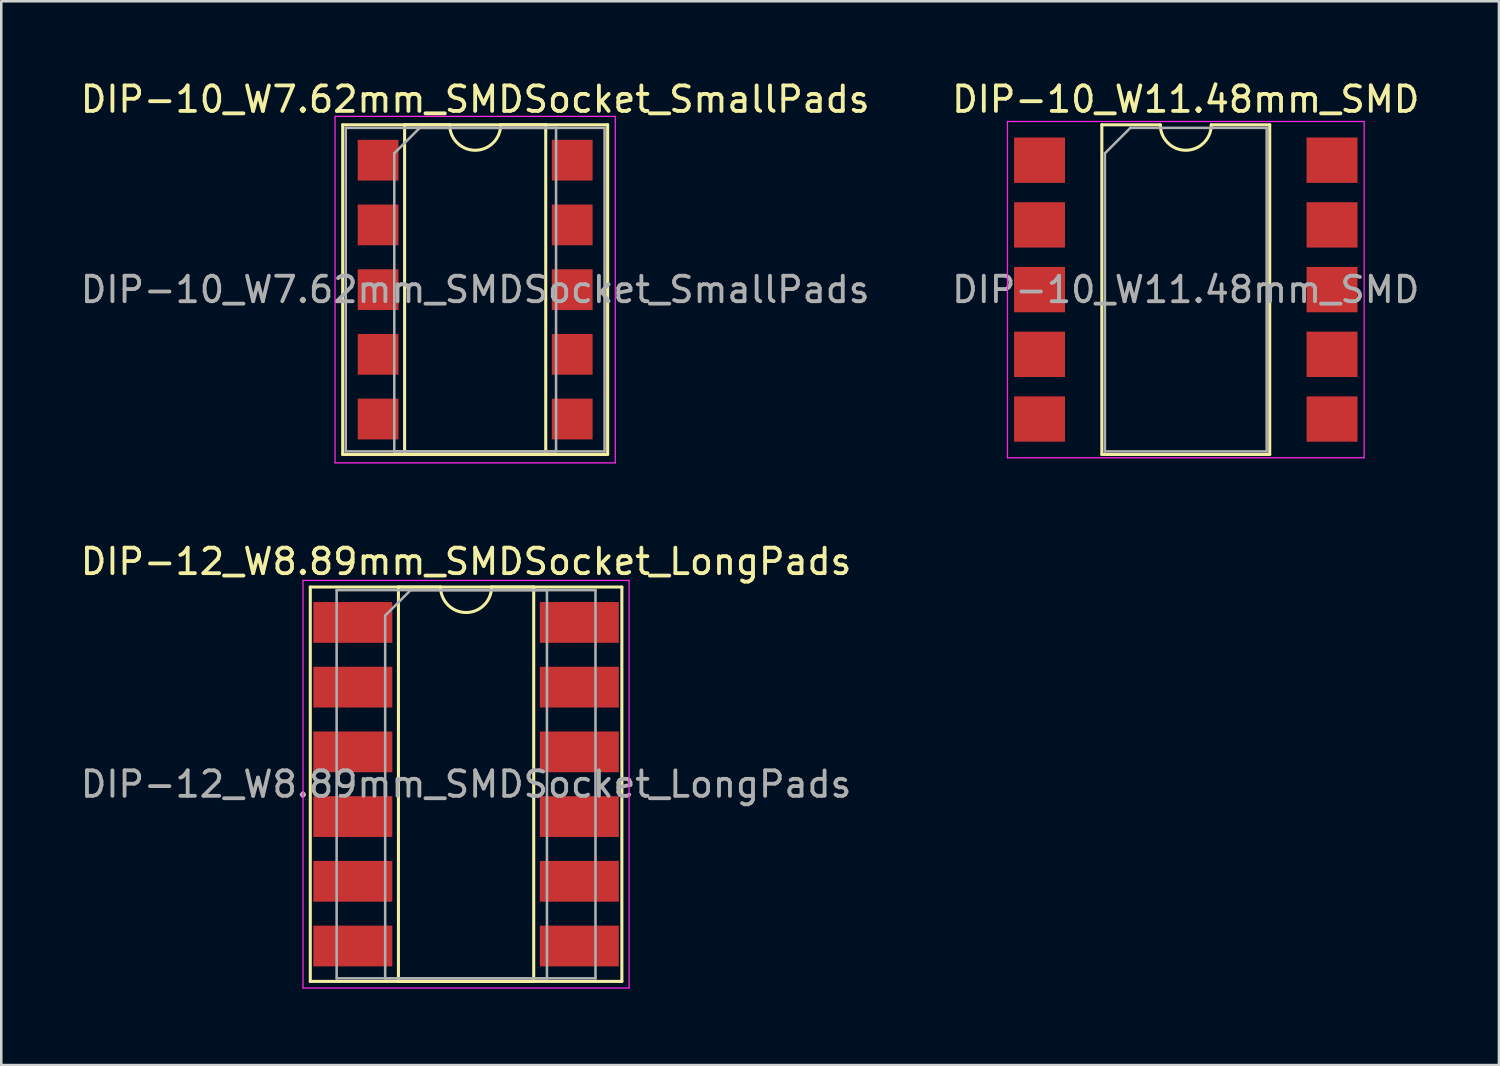
<source format=kicad_pcb>
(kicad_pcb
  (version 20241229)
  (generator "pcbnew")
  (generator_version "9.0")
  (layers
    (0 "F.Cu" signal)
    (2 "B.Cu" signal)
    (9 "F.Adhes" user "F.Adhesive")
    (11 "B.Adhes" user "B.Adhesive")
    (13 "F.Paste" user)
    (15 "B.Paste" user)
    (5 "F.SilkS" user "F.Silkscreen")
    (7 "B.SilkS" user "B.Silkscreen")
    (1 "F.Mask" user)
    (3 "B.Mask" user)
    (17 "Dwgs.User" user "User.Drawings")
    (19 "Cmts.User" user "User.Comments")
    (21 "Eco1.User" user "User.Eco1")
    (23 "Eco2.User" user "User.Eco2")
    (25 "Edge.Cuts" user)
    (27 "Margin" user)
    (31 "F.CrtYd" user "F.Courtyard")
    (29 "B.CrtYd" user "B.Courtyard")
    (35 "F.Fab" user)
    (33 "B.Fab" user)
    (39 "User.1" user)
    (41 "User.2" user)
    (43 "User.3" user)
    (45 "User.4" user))
  (footprint "DIP-10_W7.62mm_SMDSocket_SmallPads"
    (layer "F.Cu")
    (at 15.601 8.318)
    (property "Reference" "DIP-10_W7.62mm_SMDSocket_SmallPads" (at 0 -7.47 0) (layer "F.SilkS") (effects (font (size 1 1) (thickness 0.15))))
    (attr smd)
    (fp_line (start -5.2 -6.47) (end -5.2 6.47) (stroke (width 0.12) (type solid)) (layer "F.SilkS"))
    (fp_line (start -5.2 6.47) (end 5.2 6.47) (stroke (width 0.12) (type solid)) (layer "F.SilkS"))
    (fp_line (start -2.77 -6.47) (end -2.77 6.47) (stroke (width 0.12) (type solid)) (layer "F.SilkS"))
    (fp_line (start -2.77 6.47) (end 2.77 6.47) (stroke (width 0.12) (type solid)) (layer "F.SilkS"))
    (fp_line (start -1 -6.47) (end -2.77 -6.47) (stroke (width 0.12) (type solid)) (layer "F.SilkS"))
    (fp_line (start 2.77 -6.47) (end 1 -6.47) (stroke (width 0.12) (type solid)) (layer "F.SilkS"))
    (fp_line (start 2.77 6.47) (end 2.77 -6.47) (stroke (width 0.12) (type solid)) (layer "F.SilkS"))
    (fp_line (start 5.2 -6.47) (end -5.2 -6.47) (stroke (width 0.12) (type solid)) (layer "F.SilkS"))
    (fp_line (start 5.2 6.47) (end 5.2 -6.47) (stroke (width 0.12) (type solid)) (layer "F.SilkS"))
    (fp_arc (start 1 -6.47) (mid 0 -5.47) (end -1 -6.47) (stroke (width 0.12) (type solid)) (layer "F.SilkS"))
    (fp_line (start -5.5 -6.8) (end -5.5 6.8) (stroke (width 0.05) (type solid)) (layer "F.CrtYd"))
    (fp_line (start -5.5 6.8) (end 5.5 6.8) (stroke (width 0.05) (type solid)) (layer "F.CrtYd"))
    (fp_line (start 5.5 -6.8) (end -5.5 -6.8) (stroke (width 0.05) (type solid)) (layer "F.CrtYd"))
    (fp_line (start 5.5 6.8) (end 5.5 -6.8) (stroke (width 0.05) (type solid)) (layer "F.CrtYd"))
    (fp_line (start -5.08 -6.35) (end -5.08 6.35) (stroke (width 0.1) (type solid)) (layer "F.Fab"))
    (fp_line (start -5.08 6.35) (end 5.08 6.35) (stroke (width 0.1) (type solid)) (layer "F.Fab"))
    (fp_line (start -3.175 -5.35) (end -2.175 -6.35) (stroke (width 0.1) (type solid)) (layer "F.Fab"))
    (fp_line (start -3.175 6.35) (end -3.175 -5.35) (stroke (width 0.1) (type solid)) (layer "F.Fab"))
    (fp_line (start -2.175 -6.35) (end 3.175 -6.35) (stroke (width 0.1) (type solid)) (layer "F.Fab"))
    (fp_line (start 3.175 -6.35) (end 3.175 6.35) (stroke (width 0.1) (type solid)) (layer "F.Fab"))
    (fp_line (start 3.175 6.35) (end -3.175 6.35) (stroke (width 0.1) (type solid)) (layer "F.Fab"))
    (fp_line (start 5.08 -6.35) (end -5.08 -6.35) (stroke (width 0.1) (type solid)) (layer "F.Fab"))
    (fp_line (start 5.08 6.35) (end 5.08 -6.35) (stroke (width 0.1) (type solid)) (layer "F.Fab"))
    (fp_text user "${REFERENCE}" (at 0 0 0) (layer "F.Fab") (effects (font (size 1 1) (thickness 0.15))))
    (pad "1" smd rect (at -3.81 -5.08) (size 1.6 1.6) (layers "F.Cu" "F.Mask" "F.Paste"))
    (pad "2" smd rect (at -3.81 -2.54) (size 1.6 1.6) (layers "F.Cu" "F.Mask" "F.Paste"))
    (pad "3" smd rect (at -3.81 0) (size 1.6 1.6) (layers "F.Cu" "F.Mask" "F.Paste"))
    (pad "4" smd rect (at -3.81 2.54) (size 1.6 1.6) (layers "F.Cu" "F.Mask" "F.Paste"))
    (pad "5" smd rect (at -3.81 5.08) (size 1.6 1.6) (layers "F.Cu" "F.Mask" "F.Paste"))
    (pad "6" smd rect (at 3.81 5.08) (size 1.6 1.6) (layers "F.Cu" "F.Mask" "F.Paste"))
    (pad "7" smd rect (at 3.81 2.54) (size 1.6 1.6) (layers "F.Cu" "F.Mask" "F.Paste"))
    (pad "8" smd rect (at 3.81 0) (size 1.6 1.6) (layers "F.Cu" "F.Mask" "F.Paste"))
    (pad "9" smd rect (at 3.81 -2.54) (size 1.6 1.6) (layers "F.Cu" "F.Mask" "F.Paste"))
    (pad "10" smd rect (at 3.81 -5.08) (size 1.6 1.6) (layers "F.Cu" "F.Mask" "F.Paste")))
  (footprint "DIP-12_W8.89mm_SMDSocket_LongPads"
    (layer "F.Cu")
    (at 15.244 27.732)
    (property "Reference" "DIP-12_W8.89mm_SMDSocket_LongPads" (at 0 -8.74 0) (layer "F.SilkS") (effects (font (size 1 1) (thickness 0.15))))
    (attr smd)
    (fp_line (start -6.115 -7.74) (end -6.115 7.74) (stroke (width 0.12) (type solid)) (layer "F.SilkS"))
    (fp_line (start -6.115 7.74) (end 6.115 7.74) (stroke (width 0.12) (type solid)) (layer "F.SilkS"))
    (fp_line (start -2.655 -7.74) (end -2.655 7.74) (stroke (width 0.12) (type solid)) (layer "F.SilkS"))
    (fp_line (start -2.655 7.74) (end 2.655 7.74) (stroke (width 0.12) (type solid)) (layer "F.SilkS"))
    (fp_line (start -1 -7.74) (end -2.655 -7.74) (stroke (width 0.12) (type solid)) (layer "F.SilkS"))
    (fp_line (start 2.655 -7.74) (end 1 -7.74) (stroke (width 0.12) (type solid)) (layer "F.SilkS"))
    (fp_line (start 2.655 7.74) (end 2.655 -7.74) (stroke (width 0.12) (type solid)) (layer "F.SilkS"))
    (fp_line (start 6.115 -7.74) (end -6.115 -7.74) (stroke (width 0.12) (type solid)) (layer "F.SilkS"))
    (fp_line (start 6.115 7.74) (end 6.115 -7.74) (stroke (width 0.12) (type solid)) (layer "F.SilkS"))
    (fp_arc (start 1 -7.74) (mid 0 -6.74) (end -1 -7.74) (stroke (width 0.12) (type solid)) (layer "F.SilkS"))
    (fp_line (start -6.4 -8) (end -6.4 8) (stroke (width 0.05) (type solid)) (layer "F.CrtYd"))
    (fp_line (start -6.4 8) (end 6.4 8) (stroke (width 0.05) (type solid)) (layer "F.CrtYd"))
    (fp_line (start 6.4 -8) (end -6.4 -8) (stroke (width 0.05) (type solid)) (layer "F.CrtYd"))
    (fp_line (start 6.4 8) (end 6.4 -8) (stroke (width 0.05) (type solid)) (layer "F.CrtYd"))
    (fp_line (start -5.08 -7.62) (end -5.08 7.62) (stroke (width 0.1) (type solid)) (layer "F.Fab"))
    (fp_line (start -5.08 7.62) (end 5.08 7.62) (stroke (width 0.1) (type solid)) (layer "F.Fab"))
    (fp_line (start -3.175 -6.62) (end -2.175 -7.62) (stroke (width 0.1) (type solid)) (layer "F.Fab"))
    (fp_line (start -3.175 7.62) (end -3.175 -6.62) (stroke (width 0.1) (type solid)) (layer "F.Fab"))
    (fp_line (start -2.175 -7.62) (end 3.175 -7.62) (stroke (width 0.1) (type solid)) (layer "F.Fab"))
    (fp_line (start 3.175 -7.62) (end 3.175 7.62) (stroke (width 0.1) (type solid)) (layer "F.Fab"))
    (fp_line (start 3.175 7.62) (end -3.175 7.62) (stroke (width 0.1) (type solid)) (layer "F.Fab"))
    (fp_line (start 5.08 -7.62) (end -5.08 -7.62) (stroke (width 0.1) (type solid)) (layer "F.Fab"))
    (fp_line (start 5.08 7.62) (end 5.08 -7.62) (stroke (width 0.1) (type solid)) (layer "F.Fab"))
    (fp_text user "${REFERENCE}" (at 0 0 0) (layer "F.Fab") (effects (font (size 1 1) (thickness 0.15))))
    (pad "1" smd rect (at -4.445 -6.35) (size 3.1 1.6) (layers "F.Cu" "F.Mask" "F.Paste"))
    (pad "2" smd rect (at -4.445 -3.81) (size 3.1 1.6) (layers "F.Cu" "F.Mask" "F.Paste"))
    (pad "3" smd rect (at -4.445 -1.27) (size 3.1 1.6) (layers "F.Cu" "F.Mask" "F.Paste"))
    (pad "4" smd rect (at -4.445 1.27) (size 3.1 1.6) (layers "F.Cu" "F.Mask" "F.Paste"))
    (pad "5" smd rect (at -4.445 3.81) (size 3.1 1.6) (layers "F.Cu" "F.Mask" "F.Paste"))
    (pad "6" smd rect (at -4.445 6.35) (size 3.1 1.6) (layers "F.Cu" "F.Mask" "F.Paste"))
    (pad "7" smd rect (at 4.445 6.35) (size 3.1 1.6) (layers "F.Cu" "F.Mask" "F.Paste"))
    (pad "8" smd rect (at 4.445 3.81) (size 3.1 1.6) (layers "F.Cu" "F.Mask" "F.Paste"))
    (pad "9" smd rect (at 4.445 1.27) (size 3.1 1.6) (layers "F.Cu" "F.Mask" "F.Paste"))
    (pad "10" smd rect (at 4.445 -1.27) (size 3.1 1.6) (layers "F.Cu" "F.Mask" "F.Paste"))
    (pad "11" smd rect (at 4.445 -3.81) (size 3.1 1.6) (layers "F.Cu" "F.Mask" "F.Paste"))
    (pad "12" smd rect (at 4.445 -6.35) (size 3.1 1.6) (layers "F.Cu" "F.Mask" "F.Paste")))
  (footprint "DIP-10_W11.48mm_SMD"
    (layer "F.Cu")
    (at 43.494 8.318)
    (property "Reference" "DIP-10_W11.48mm_SMD" (at 0 -7.47 0) (layer "F.SilkS") (effects (font (size 1 1) (thickness 0.15))))
    (attr smd)
    (fp_line (start -3.295 -6.47) (end -3.295 6.47) (stroke (width 0.12) (type solid)) (layer "F.SilkS"))
    (fp_line (start -3.295 6.47) (end 3.295 6.47) (stroke (width 0.12) (type solid)) (layer "F.SilkS"))
    (fp_line (start -1 -6.47) (end -3.295 -6.47) (stroke (width 0.12) (type solid)) (layer "F.SilkS"))
    (fp_line (start 3.295 -6.47) (end 1 -6.47) (stroke (width 0.12) (type solid)) (layer "F.SilkS"))
    (fp_line (start 3.295 6.47) (end 3.295 -6.47) (stroke (width 0.12) (type solid)) (layer "F.SilkS"))
    (fp_arc (start 1 -6.47) (mid 0 -5.47) (end -1 -6.47) (stroke (width 0.12) (type solid)) (layer "F.SilkS"))
    (fp_line (start -7 -6.6) (end -7 6.6) (stroke (width 0.05) (type solid)) (layer "F.CrtYd"))
    (fp_line (start -7 6.6) (end 7 6.6) (stroke (width 0.05) (type solid)) (layer "F.CrtYd"))
    (fp_line (start 7 -6.6) (end -7 -6.6) (stroke (width 0.05) (type solid)) (layer "F.CrtYd"))
    (fp_line (start 7 6.6) (end 7 -6.6) (stroke (width 0.05) (type solid)) (layer "F.CrtYd"))
    (fp_line (start -3.175 -5.35) (end -2.175 -6.35) (stroke (width 0.1) (type solid)) (layer "F.Fab"))
    (fp_line (start -3.175 6.35) (end -3.175 -5.35) (stroke (width 0.1) (type solid)) (layer "F.Fab"))
    (fp_line (start -2.175 -6.35) (end 3.175 -6.35) (stroke (width 0.1) (type solid)) (layer "F.Fab"))
    (fp_line (start 3.175 -6.35) (end 3.175 6.35) (stroke (width 0.1) (type solid)) (layer "F.Fab"))
    (fp_line (start 3.175 6.35) (end -3.175 6.35) (stroke (width 0.1) (type solid)) (layer "F.Fab"))
    (fp_text user "${REFERENCE}" (at 0 0 0) (layer "F.Fab") (effects (font (size 1 1) (thickness 0.15))))
    (pad "1" smd rect (at -5.74 -5.08) (size 2 1.78) (layers "F.Cu" "F.Mask" "F.Paste"))
    (pad "2" smd rect (at -5.74 -2.54) (size 2 1.78) (layers "F.Cu" "F.Mask" "F.Paste"))
    (pad "3" smd rect (at -5.74 0) (size 2 1.78) (layers "F.Cu" "F.Mask" "F.Paste"))
    (pad "4" smd rect (at -5.74 2.54) (size 2 1.78) (layers "F.Cu" "F.Mask" "F.Paste"))
    (pad "5" smd rect (at -5.74 5.08) (size 2 1.78) (layers "F.Cu" "F.Mask" "F.Paste"))
    (pad "6" smd rect (at 5.74 5.08) (size 2 1.78) (layers "F.Cu" "F.Mask" "F.Paste"))
    (pad "7" smd rect (at 5.74 2.54) (size 2 1.78) (layers "F.Cu" "F.Mask" "F.Paste"))
    (pad "8" smd rect (at 5.74 0) (size 2 1.78) (layers "F.Cu" "F.Mask" "F.Paste"))
    (pad "9" smd rect (at 5.74 -2.54) (size 2 1.78) (layers "F.Cu" "F.Mask" "F.Paste"))
    (pad "10" smd rect (at 5.74 -5.08) (size 2 1.78) (layers "F.Cu" "F.Mask" "F.Paste")))
  (gr_rect
    (start -3 -3)
    (end 55.786 38.757)
    (stroke (width 0.1) (type default))
    (fill no)
    (layer "Edge.Cuts")))
</source>
